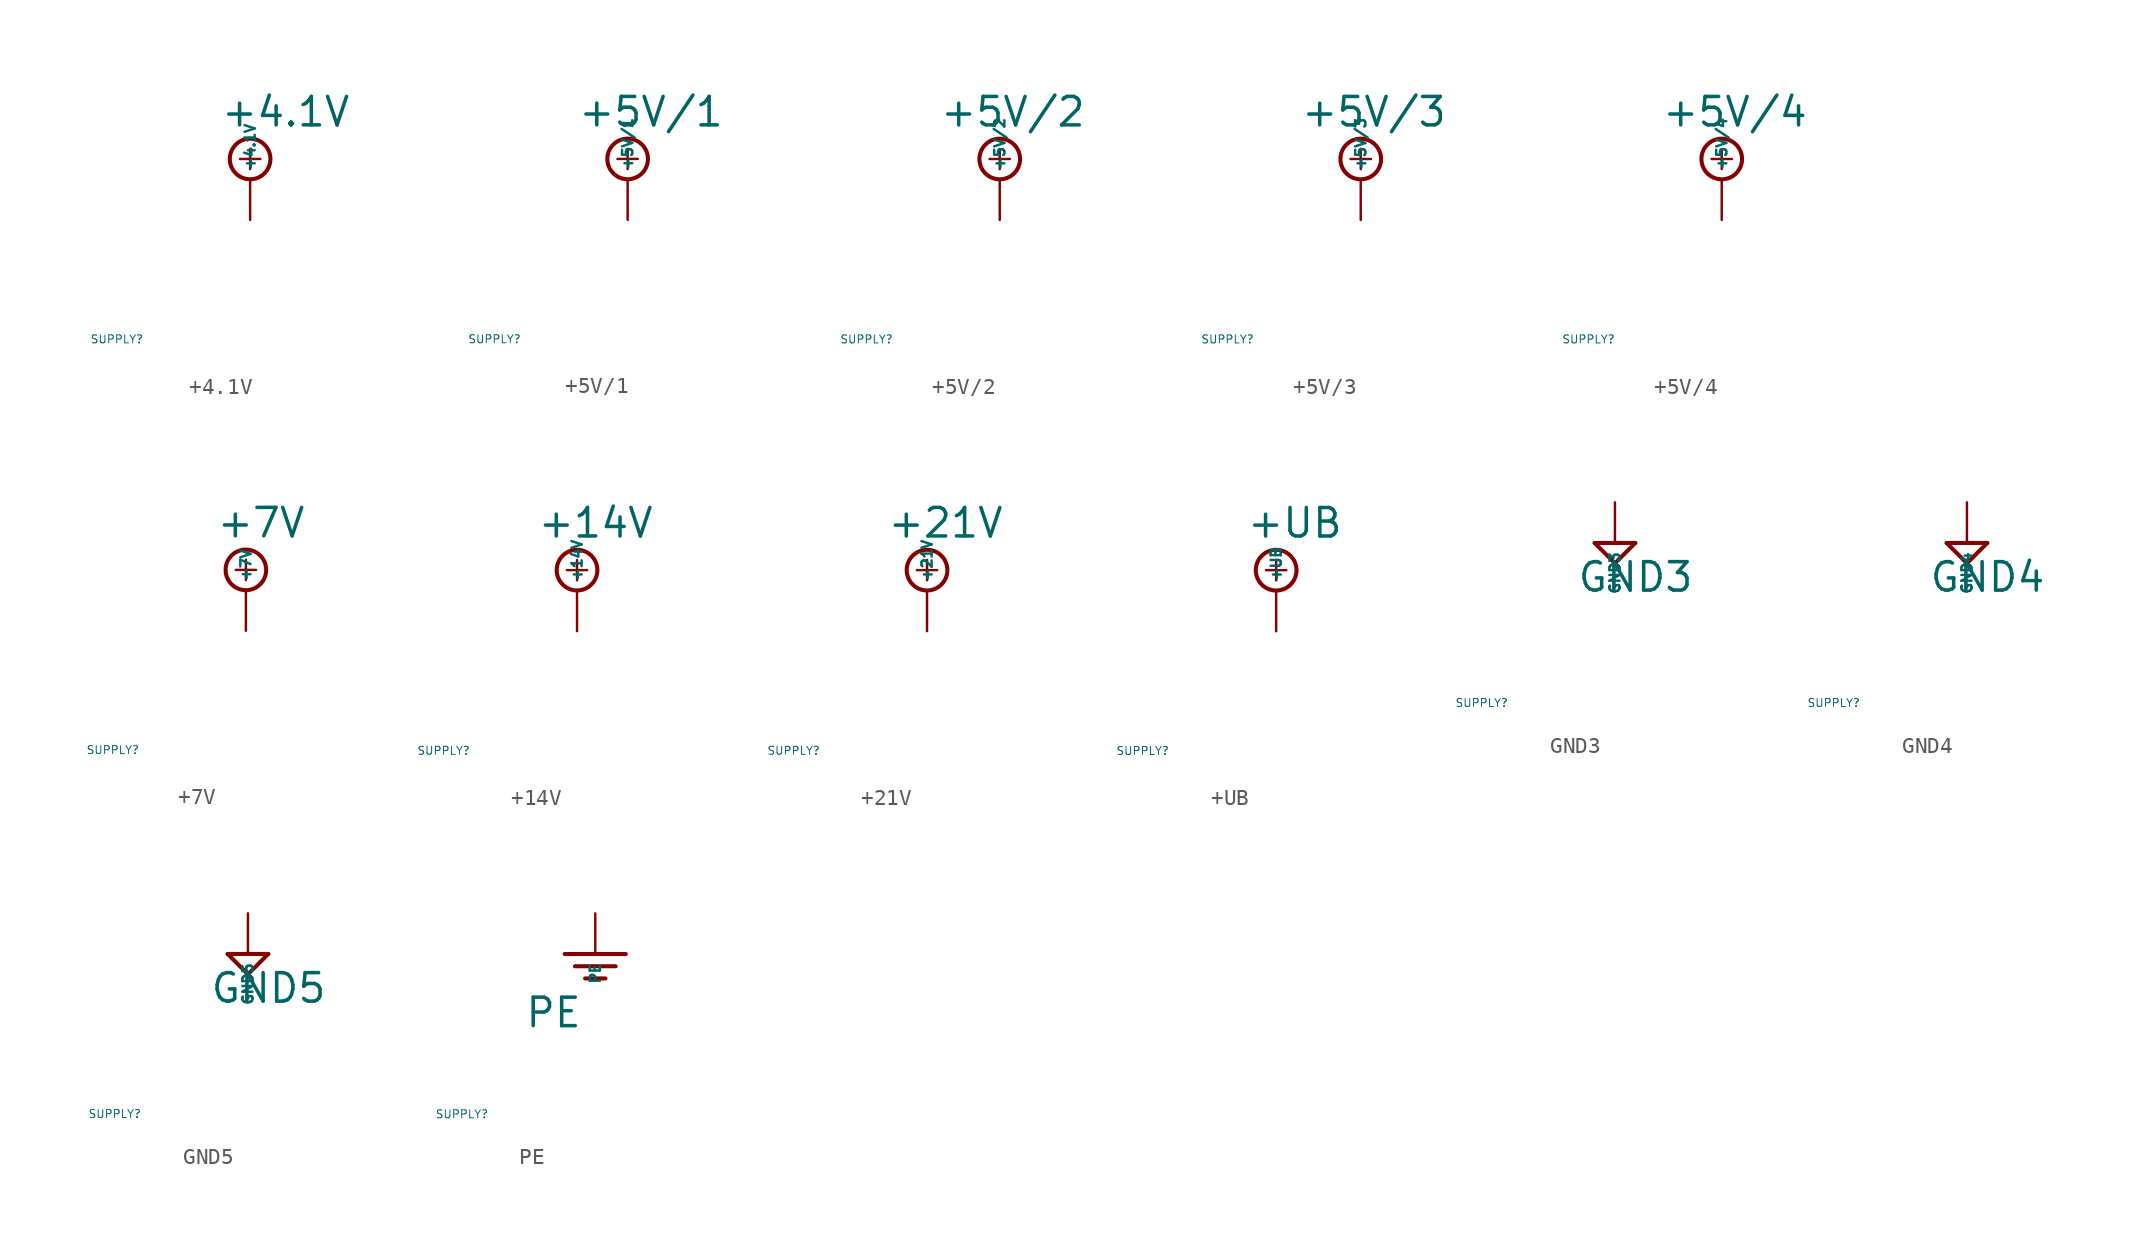
<source format=kicad_sym>
(kicad_symbol_lib
  (version 20220914)
  (generator Eagle2Kicad)
  (symbol "+4.1V"
    (property "Reference" "SUPPLY"
      (at -10 -10 0)
      (effects (font (size 0.5 0.5) (thickness 0.06)) (justify left)))
    (property "Value" "+4.1V"
      (at -1.905 3.175 0)
      (effects (font (size 1.778 1.778) (thickness 0.22)) (justify left bottom)))
    (polyline
      (pts (xy -0.635 1.27) (xy 0.635 1.27))
      (stroke (width 0.152) (type default))
      (fill (type none)))
    (polyline
      (pts (xy 0 0.635) (xy 0 1.905))
      (stroke (width 0.152) (type default))
      (fill (type none)))
    (circle
      (center 0 1.27)
      (radius 1.27)
      (stroke (width 0.254) (type default))
      (fill (type none)))
    (pin unspecified line
      (at 0 -2.54 90)
      (length 2.54)
      (name "+4.1V" (effects (font (size 0.635 0.635) (thickness 0.08)) (justify left bottom)))
      (number "" (effects (font (size 0.635 0.635) (thickness 0.08)) (justify left bottom)))))
  (symbol "+5V/1"
    (property "Reference" "SUPPLY"
      (at -10 -10 0)
      (effects (font (size 0.5 0.5) (thickness 0.06)) (justify left)))
    (property "Value" "+5V/1"
      (at -3.175 3.175 0)
      (effects (font (size 1.778 1.778) (thickness 0.22)) (justify left bottom)))
    (polyline
      (pts (xy -0.635 1.27) (xy 0.635 1.27))
      (stroke (width 0.152) (type default))
      (fill (type none)))
    (polyline
      (pts (xy 0 0.635) (xy 0 1.905))
      (stroke (width 0.152) (type default))
      (fill (type none)))
    (circle
      (center 0 1.27)
      (radius 1.27)
      (stroke (width 0.254) (type default))
      (fill (type none)))
    (pin unspecified line
      (at 0 -2.54 90)
      (length 2.54)
      (name "+5V/1" (effects (font (size 0.635 0.635) (thickness 0.08)) (justify left bottom)))
      (number "" (effects (font (size 0.635 0.635) (thickness 0.08)) (justify left bottom)))))
  (symbol "+5V/2"
    (property "Reference" "SUPPLY"
      (at -10 -10 0)
      (effects (font (size 0.5 0.5) (thickness 0.06)) (justify left)))
    (property "Value" "+5V/2"
      (at -3.81 3.175 0)
      (effects (font (size 1.778 1.778) (thickness 0.22)) (justify left bottom)))
    (polyline
      (pts (xy -0.635 1.27) (xy 0.635 1.27))
      (stroke (width 0.152) (type default))
      (fill (type none)))
    (polyline
      (pts (xy 0 0.635) (xy 0 1.905))
      (stroke (width 0.152) (type default))
      (fill (type none)))
    (circle
      (center 0 1.27)
      (radius 1.27)
      (stroke (width 0.254) (type default))
      (fill (type none)))
    (pin unspecified line
      (at 0 -2.54 90)
      (length 2.54)
      (name "+5V/2" (effects (font (size 0.635 0.635) (thickness 0.08)) (justify left bottom)))
      (number "" (effects (font (size 0.635 0.635) (thickness 0.08)) (justify left bottom)))))
  (symbol "+5V/3"
    (property "Reference" "SUPPLY"
      (at -10 -10 0)
      (effects (font (size 0.5 0.5) (thickness 0.06)) (justify left)))
    (property "Value" "+5V/3"
      (at -3.81 3.175 0)
      (effects (font (size 1.778 1.778) (thickness 0.22)) (justify left bottom)))
    (polyline
      (pts (xy 0 1.905) (xy 0 0.635))
      (stroke (width 0.152) (type default))
      (fill (type none)))
    (polyline
      (pts (xy -0.635 1.27) (xy 0.635 1.27))
      (stroke (width 0.152) (type default))
      (fill (type none)))
    (circle
      (center 0 1.27)
      (radius 1.27)
      (stroke (width 0.254) (type default))
      (fill (type none)))
    (pin unspecified line
      (at 0 -2.54 90)
      (length 2.54)
      (name "+5V/3" (effects (font (size 0.635 0.635) (thickness 0.08)) (justify left bottom)))
      (number "" (effects (font (size 0.635 0.635) (thickness 0.08)) (justify left bottom)))))
  (symbol "+5V/4"
    (property "Reference" "SUPPLY"
      (at -10 -10 0)
      (effects (font (size 0.5 0.5) (thickness 0.06)) (justify left)))
    (property "Value" "+5V/4"
      (at -3.81 3.175 0)
      (effects (font (size 1.778 1.778) (thickness 0.22)) (justify left bottom)))
    (polyline
      (pts (xy -0.635 1.27) (xy 0.635 1.27))
      (stroke (width 0.152) (type default))
      (fill (type none)))
    (polyline
      (pts (xy 0 0.635) (xy 0 1.905))
      (stroke (width 0.152) (type default))
      (fill (type none)))
    (circle
      (center 0 1.27)
      (radius 1.27)
      (stroke (width 0.254) (type default))
      (fill (type none)))
    (pin unspecified line
      (at 0 -2.54 90)
      (length 2.54)
      (name "+5V/4" (effects (font (size 0.635 0.635) (thickness 0.08)) (justify left bottom)))
      (number "" (effects (font (size 0.635 0.635) (thickness 0.08)) (justify left bottom)))))
  (symbol "+7V"
    (property "Reference" "SUPPLY"
      (at -10 -10 0)
      (effects (font (size 0.5 0.5) (thickness 0.06)) (justify left)))
    (property "Value" "+7V"
      (at -1.905 3.175 0)
      (effects (font (size 1.778 1.778) (thickness 0.22)) (justify left bottom)))
    (polyline
      (pts (xy -0.635 1.27) (xy 0.635 1.27))
      (stroke (width 0.152) (type default))
      (fill (type none)))
    (polyline
      (pts (xy 0 0.635) (xy 0 1.905))
      (stroke (width 0.152) (type default))
      (fill (type none)))
    (circle
      (center 0 1.27)
      (radius 1.27)
      (stroke (width 0.254) (type default))
      (fill (type none)))
    (pin unspecified line
      (at 0 -2.54 90)
      (length 2.54)
      (name "+7V" (effects (font (size 0.635 0.635) (thickness 0.08)) (justify left bottom)))
      (number "" (effects (font (size 0.635 0.635) (thickness 0.08)) (justify left bottom)))))
  (symbol "+14V"
    (property "Reference" "SUPPLY"
      (at -10 -10 0)
      (effects (font (size 0.5 0.5) (thickness 0.06)) (justify left)))
    (property "Value" "+14V"
      (at -2.54 3.175 0)
      (effects (font (size 1.778 1.778) (thickness 0.22)) (justify left bottom)))
    (polyline
      (pts (xy 0 1.905) (xy 0 0.635))
      (stroke (width 0.152) (type default))
      (fill (type none)))
    (polyline
      (pts (xy -0.635 1.27) (xy 0.635 1.27))
      (stroke (width 0.152) (type default))
      (fill (type none)))
    (circle
      (center 0 1.27)
      (radius 1.27)
      (stroke (width 0.254) (type default))
      (fill (type none)))
    (pin unspecified line
      (at 0 -2.54 90)
      (length 2.54)
      (name "+14V" (effects (font (size 0.635 0.635) (thickness 0.08)) (justify left bottom)))
      (number "" (effects (font (size 0.635 0.635) (thickness 0.08)) (justify left bottom)))))
  (symbol "+21V"
    (property "Reference" "SUPPLY"
      (at -10 -10 0)
      (effects (font (size 0.5 0.5) (thickness 0.06)) (justify left)))
    (property "Value" "+21V"
      (at -2.54 3.175 0)
      (effects (font (size 1.778 1.778) (thickness 0.22)) (justify left bottom)))
    (polyline
      (pts (xy 0 1.905) (xy 0 0.635))
      (stroke (width 0.152) (type default))
      (fill (type none)))
    (polyline
      (pts (xy -0.635 1.27) (xy 0.635 1.27))
      (stroke (width 0.152) (type default))
      (fill (type none)))
    (circle
      (center 0 1.27)
      (radius 1.27)
      (stroke (width 0.254) (type default))
      (fill (type none)))
    (pin unspecified line
      (at 0 -2.54 90)
      (length 2.54)
      (name "+21V" (effects (font (size 0.635 0.635) (thickness 0.08)) (justify left bottom)))
      (number "" (effects (font (size 0.635 0.635) (thickness 0.08)) (justify left bottom)))))
  (symbol "+UB"
    (property "Reference" "SUPPLY"
      (at -10 -10 0)
      (effects (font (size 0.5 0.5) (thickness 0.06)) (justify left)))
    (property "Value" "+UB"
      (at -1.905 3.175 0)
      (effects (font (size 1.778 1.778) (thickness 0.22)) (justify left bottom)))
    (polyline
      (pts (xy -0.635 1.27) (xy 0.635 1.27))
      (stroke (width 0.152) (type default))
      (fill (type none)))
    (polyline
      (pts (xy 0 0.635) (xy 0 1.905))
      (stroke (width 0.152) (type default))
      (fill (type none)))
    (circle
      (center 0 1.27)
      (radius 1.27)
      (stroke (width 0.254) (type default))
      (fill (type none)))
    (pin unspecified line
      (at 0 -2.54 90)
      (length 2.54)
      (name "+UB" (effects (font (size 0.635 0.635) (thickness 0.08)) (justify left bottom)))
      (number "" (effects (font (size 0.635 0.635) (thickness 0.08)) (justify left bottom)))))
  (symbol "GND3"
    (property "Reference" "SUPPLY"
      (at -10 -10 0)
      (effects (font (size 0.5 0.5) (thickness 0.06)) (justify left)))
    (property "Value" "GND3"
      (at -2.413 -3.175 0)
      (effects (font (size 1.778 1.778) (thickness 0.22)) (justify left bottom)))
    (polyline
      (pts (xy -1.27 0) (xy 1.27 0))
      (stroke (width 0.254) (type default))
      (fill (type none)))
    (polyline
      (pts (xy 1.27 0) (xy 0 -1.27))
      (stroke (width 0.254) (type default))
      (fill (type none)))
    (polyline
      (pts (xy 0 -1.27) (xy -1.27 0))
      (stroke (width 0.254) (type default))
      (fill (type none)))
    (pin unspecified line
      (at 0 2.54 270)
      (length 2.54)
      (name "GND3" (effects (font (size 0.635 0.635) (thickness 0.08)) (justify left bottom)))
      (number "" (effects (font (size 0.635 0.635) (thickness 0.08)) (justify left bottom)))))
  (symbol "GND4"
    (property "Reference" "SUPPLY"
      (at -10 -10 0)
      (effects (font (size 0.5 0.5) (thickness 0.06)) (justify left)))
    (property "Value" "GND4"
      (at -2.413 -3.175 0)
      (effects (font (size 1.778 1.778) (thickness 0.22)) (justify left bottom)))
    (polyline
      (pts (xy -1.27 0) (xy 1.27 0))
      (stroke (width 0.254) (type default))
      (fill (type none)))
    (polyline
      (pts (xy 1.27 0) (xy 0 -1.27))
      (stroke (width 0.254) (type default))
      (fill (type none)))
    (polyline
      (pts (xy 0 -1.27) (xy -1.27 0))
      (stroke (width 0.254) (type default))
      (fill (type none)))
    (pin unspecified line
      (at 0 2.54 270)
      (length 2.54)
      (name "GND4" (effects (font (size 0.635 0.635) (thickness 0.08)) (justify left bottom)))
      (number "" (effects (font (size 0.635 0.635) (thickness 0.08)) (justify left bottom)))))
  (symbol "GND5"
    (property "Reference" "SUPPLY"
      (at -10 -10 0)
      (effects (font (size 0.5 0.5) (thickness 0.06)) (justify left)))
    (property "Value" "GND5"
      (at -2.413 -3.175 0)
      (effects (font (size 1.778 1.778) (thickness 0.22)) (justify left bottom)))
    (polyline
      (pts (xy -1.27 0) (xy 1.27 0))
      (stroke (width 0.254) (type default))
      (fill (type none)))
    (polyline
      (pts (xy 1.27 0) (xy 0 -1.27))
      (stroke (width 0.254) (type default))
      (fill (type none)))
    (polyline
      (pts (xy 0 -1.27) (xy -1.27 0))
      (stroke (width 0.254) (type default))
      (fill (type none)))
    (pin unspecified line
      (at 0 2.54 270)
      (length 2.54)
      (name "GND5" (effects (font (size 0.635 0.635) (thickness 0.08)) (justify left bottom)))
      (number "" (effects (font (size 0.635 0.635) (thickness 0.08)) (justify left bottom)))))
  (symbol "PE"
    (property "Reference" "SUPPLY"
      (at -10 -10 0)
      (effects (font (size 0.5 0.5) (thickness 0.06)) (justify left)))
    (property "Value" "PE"
      (at -4.445 -4.699 0)
      (effects (font (size 1.778 1.778) (thickness 0.22)) (justify left bottom)))
    (polyline
      (pts (xy -1.27 -0.762) (xy 1.27 -0.762))
      (stroke (width 0.254) (type default))
      (fill (type none)))
    (polyline
      (pts (xy -0.635 -1.524) (xy 0.635 -1.524))
      (stroke (width 0.254) (type default))
      (fill (type none)))
    (polyline
      (pts (xy -1.905 0) (xy 1.905 0))
      (stroke (width 0.254) (type default))
      (fill (type none)))
    (pin unspecified line
      (at 0 2.54 270)
      (length 2.54)
      (name "PE" (effects (font (size 0.635 0.635) (thickness 0.08)) (justify left bottom)))
      (number "" (effects (font (size 0.635 0.635) (thickness 0.08)) (justify left bottom))))))
</source>
